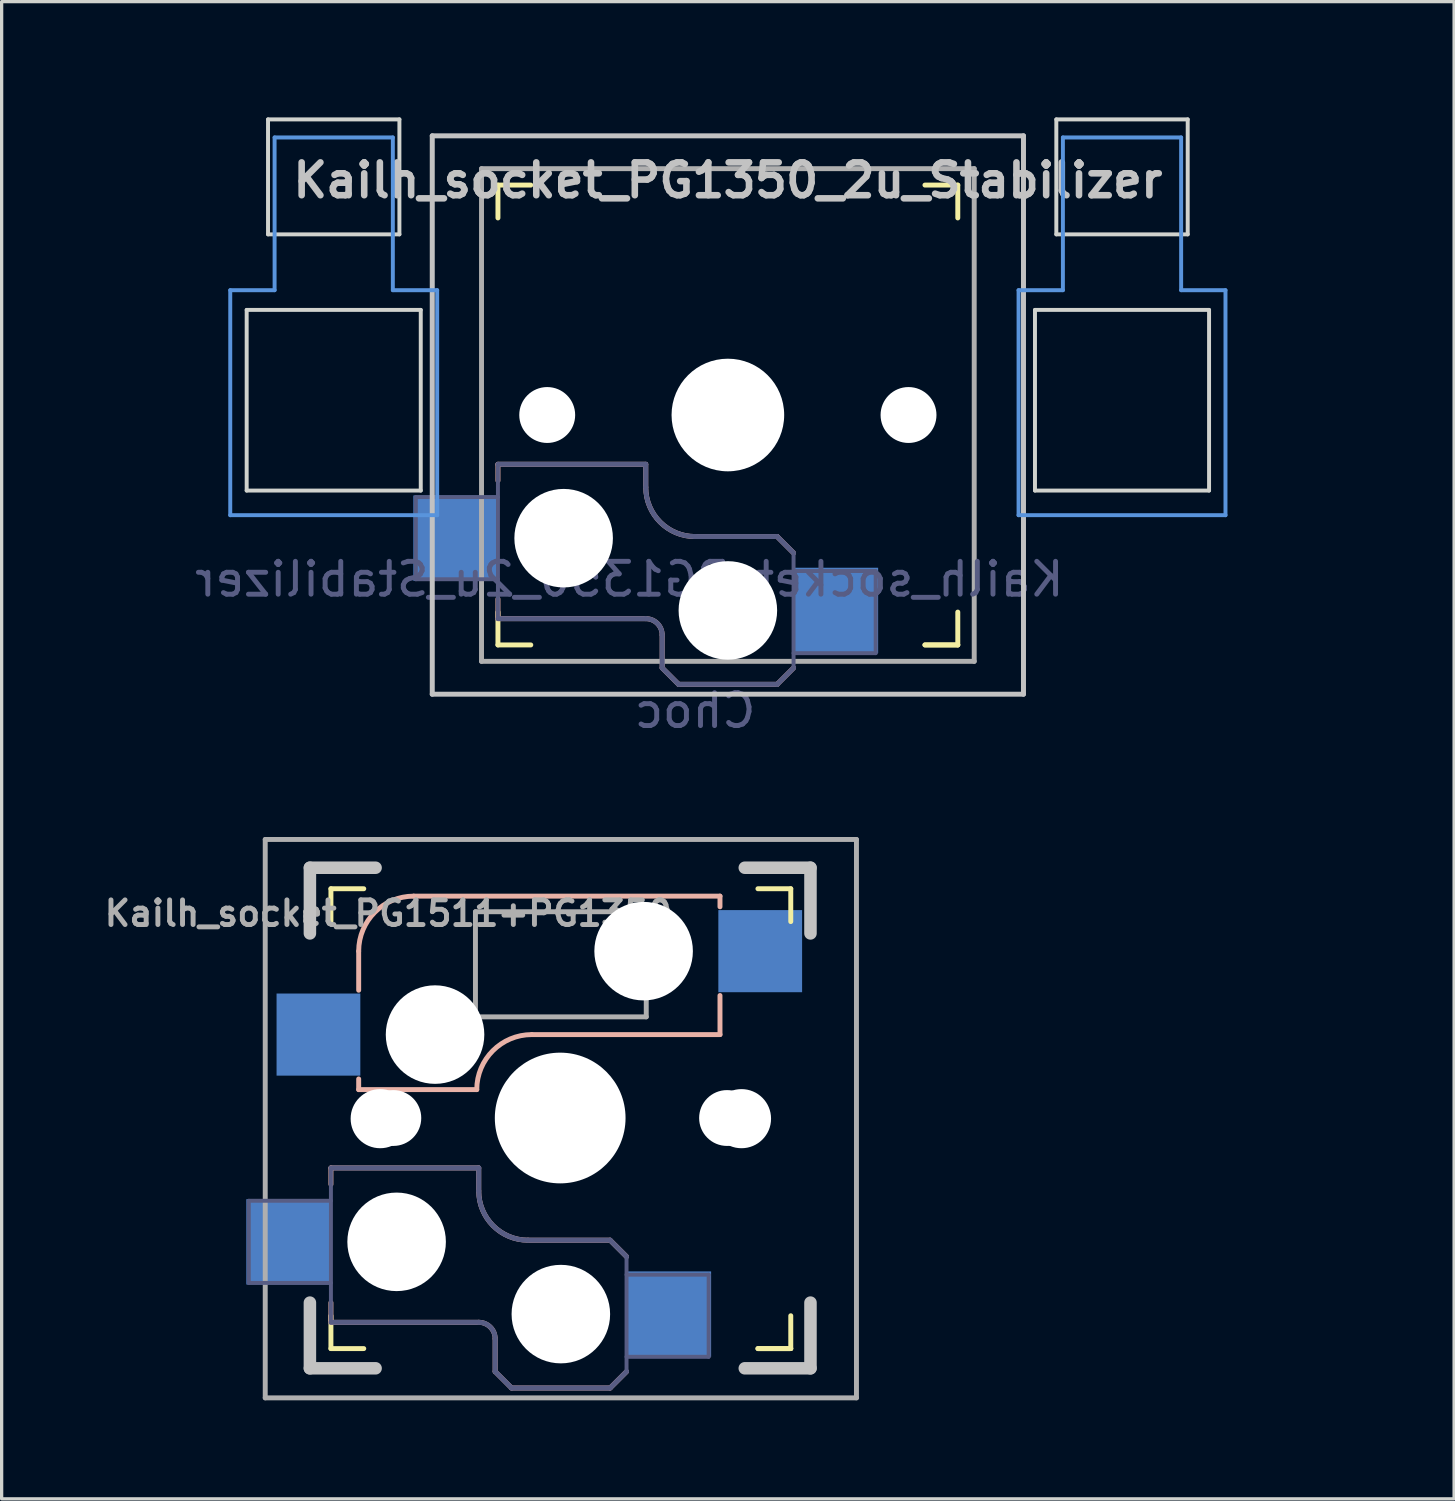
<source format=kicad_pcb>
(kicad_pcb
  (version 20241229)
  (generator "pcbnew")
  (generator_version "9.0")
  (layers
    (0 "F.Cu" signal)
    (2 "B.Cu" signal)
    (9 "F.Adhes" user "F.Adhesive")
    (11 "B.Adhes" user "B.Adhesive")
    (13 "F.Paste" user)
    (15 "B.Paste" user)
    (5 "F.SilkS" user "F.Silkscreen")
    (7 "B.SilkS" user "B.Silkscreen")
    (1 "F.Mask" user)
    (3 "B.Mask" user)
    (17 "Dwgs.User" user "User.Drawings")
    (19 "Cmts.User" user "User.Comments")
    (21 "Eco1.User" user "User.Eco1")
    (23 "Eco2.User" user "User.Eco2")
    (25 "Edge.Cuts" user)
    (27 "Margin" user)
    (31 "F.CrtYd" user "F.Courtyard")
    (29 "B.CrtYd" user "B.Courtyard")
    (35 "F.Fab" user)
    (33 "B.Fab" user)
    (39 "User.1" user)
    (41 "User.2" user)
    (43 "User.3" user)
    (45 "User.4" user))
  (footprint "Kailh_socket_PG1511+PG1350"
    (layer "F.Cu")
    (at 14.025 31.008)
    (property "Reference" "Kailh_socket_PG1511+PG1350" (at -5.25 -6.25 180) (layer "F.Fab") (effects (font (size 0.75 0.75) (thickness 0.15))))
    (attr smd)
    (fp_line (start -7 -6) (end -7 -7) (stroke (width 0.15) (type solid)) (layer "F.SilkS"))
    (fp_line (start -7 7) (end -7 6) (stroke (width 0.15) (type solid)) (layer "F.SilkS"))
    (fp_line (start -7 7) (end -6 7) (stroke (width 0.15) (type solid)) (layer "F.SilkS"))
    (fp_line (start -6 -7) (end -7 -7) (stroke (width 0.15) (type solid)) (layer "F.SilkS"))
    (fp_line (start 6 7) (end 7 7) (stroke (width 0.15) (type solid)) (layer "F.SilkS"))
    (fp_line (start 7 -7) (end 6 -7) (stroke (width 0.15) (type solid)) (layer "F.SilkS"))
    (fp_line (start 7 -7) (end 7 -6) (stroke (width 0.15) (type solid)) (layer "F.SilkS"))
    (fp_line (start 7 6) (end 7 7) (stroke (width 0.15) (type solid)) (layer "F.SilkS"))
    (fp_line (start 7 7) (end 6 7) (stroke (width 0.15) (type solid)) (layer "F.SilkS"))
    (fp_line (start -7 1.5) (end -7 2) (stroke (width 0.15) (type solid)) (layer "B.SilkS"))
    (fp_line (start -7 1.5) (end -2.5 1.5) (stroke (width 0.15) (type solid)) (layer "B.SilkS"))
    (fp_line (start -7 5.6) (end -7 6.2) (stroke (width 0.15) (type solid)) (layer "B.SilkS"))
    (fp_line (start -7 6.2) (end -2.5 6.2) (stroke (width 0.15) (type solid)) (layer "B.SilkS"))
    (fp_line (start -6.155 -5.1) (end -6.155 -3.91) (stroke (width 0.15) (type solid)) (layer "B.SilkS"))
    (fp_line (start -6.155 -1.21) (end -6.155 -0.885) (stroke (width 0.15) (type solid)) (layer "B.SilkS"))
    (fp_line (start -6.155 -0.885) (end -2.56 -0.885) (stroke (width 0.15) (type solid)) (layer "B.SilkS"))
    (fp_line (start -4.48 -6.775) (end 4.845 -6.775) (stroke (width 0.15) (type solid)) (layer "B.SilkS"))
    (fp_line (start -2.5 2.2) (end -2.5 1.5) (stroke (width 0.15) (type solid)) (layer "B.SilkS"))
    (fp_line (start -2 6.7) (end -2 7.7) (stroke (width 0.15) (type solid)) (layer "B.SilkS"))
    (fp_line (start -1.5 8.2) (end -2 7.7) (stroke (width 0.15) (type solid)) (layer "B.SilkS"))
    (fp_line (start -0.885 -2.56) (end 4.845 -2.56) (stroke (width 0.15) (type solid)) (layer "B.SilkS"))
    (fp_line (start 1.5 3.7) (end -1 3.7) (stroke (width 0.15) (type solid)) (layer "B.SilkS"))
    (fp_line (start 1.5 8.2) (end -1.5 8.2) (stroke (width 0.15) (type solid)) (layer "B.SilkS"))
    (fp_line (start 2 4.2) (end 1.5 3.7) (stroke (width 0.15) (type solid)) (layer "B.SilkS"))
    (fp_line (start 2 7.7) (end 1.5 8.2) (stroke (width 0.15) (type solid)) (layer "B.SilkS"))
    (fp_line (start 4.845 -6.775) (end 4.845 -6.45) (stroke (width 0.15) (type solid)) (layer "B.SilkS"))
    (fp_line (start 4.845 -3.75) (end 4.845 -2.56) (stroke (width 0.15) (type solid)) (layer "B.SilkS"))
    (fp_arc (start -6.155 -5.1) (mid -5.664404 -6.284404) (end -4.48 -6.775) (stroke (width 0.15) (type solid)) (layer "B.SilkS"))
    (fp_arc (start -2.56 -0.885) (mid -2.069404 -2.069404) (end -0.885 -2.56) (stroke (width 0.15) (type solid)) (layer "B.SilkS"))
    (fp_arc (start -2.5 6.2) (mid -2.146447 6.346447) (end -2 6.7) (stroke (width 0.15) (type solid)) (layer "B.SilkS"))
    (fp_arc (start -1 3.7) (mid -2.06066 3.26066) (end -2.5 2.2) (stroke (width 0.15) (type solid)) (layer "B.SilkS"))
    (fp_line (start -7.64 -7.64) (end -7.64 -5.64) (stroke (width 0.381) (type solid)) (layer "Dwgs.User"))
    (fp_line (start -7.64 5.6) (end -7.64 7.6) (stroke (width 0.381) (type solid)) (layer "Dwgs.User"))
    (fp_line (start -7.64 7.6) (end -5.64 7.6) (stroke (width 0.381) (type solid)) (layer "Dwgs.User"))
    (fp_line (start -5.64 -7.64) (end -7.64 -7.64) (stroke (width 0.381) (type solid)) (layer "Dwgs.User"))
    (fp_line (start 5.6 7.6) (end 7.6 7.6) (stroke (width 0.381) (type solid)) (layer "Dwgs.User"))
    (fp_line (start 7.6 -7.64) (end 5.6 -7.64) (stroke (width 0.381) (type solid)) (layer "Dwgs.User"))
    (fp_line (start 7.6 -5.64) (end 7.6 -7.64) (stroke (width 0.381) (type solid)) (layer "Dwgs.User"))
    (fp_line (start 7.6 5.6) (end 7.6 7.6) (stroke (width 0.381) (type solid)) (layer "Dwgs.User"))
    (fp_rect (start -7 -7) (end 7 7) (stroke (width 0.15) (type solid)) (fill no) (layer "Eco2.User"))
    (fp_line (start -9.5 2.5) (end -7 2.5) (stroke (width 0.12) (type solid)) (layer "B.Fab"))
    (fp_line (start -9.5 5) (end -9.5 2.5) (stroke (width 0.12) (type solid)) (layer "B.Fab"))
    (fp_line (start -7 1.5) (end -7 6.2) (stroke (width 0.12) (type solid)) (layer "B.Fab"))
    (fp_line (start -7 5) (end -9.5 5) (stroke (width 0.12) (type solid)) (layer "B.Fab"))
    (fp_line (start -7 6.2) (end -2.5 6.2) (stroke (width 0.15) (type solid)) (layer "B.Fab"))
    (fp_line (start -2.5 1.5) (end -7 1.5) (stroke (width 0.15) (type solid)) (layer "B.Fab"))
    (fp_line (start -2.5 2.2) (end -2.5 1.5) (stroke (width 0.15) (type solid)) (layer "B.Fab"))
    (fp_line (start -2 6.7) (end -2 7.7) (stroke (width 0.15) (type solid)) (layer "B.Fab"))
    (fp_line (start -1.5 8.2) (end -2 7.7) (stroke (width 0.15) (type solid)) (layer "B.Fab"))
    (fp_line (start 1.5 3.7) (end -1 3.7) (stroke (width 0.15) (type solid)) (layer "B.Fab"))
    (fp_line (start 1.5 8.2) (end -1.5 8.2) (stroke (width 0.15) (type solid)) (layer "B.Fab"))
    (fp_line (start 2 4.2) (end 1.5 3.7) (stroke (width 0.15) (type solid)) (layer "B.Fab"))
    (fp_line (start 2 4.25) (end 2 7.7) (stroke (width 0.12) (type solid)) (layer "B.Fab"))
    (fp_line (start 2 4.75) (end 4.5 4.75) (stroke (width 0.12) (type solid)) (layer "B.Fab"))
    (fp_line (start 2 7.7) (end 1.5 8.2) (stroke (width 0.15) (type solid)) (layer "B.Fab"))
    (fp_line (start 4.5 4.75) (end 4.5 7.25) (stroke (width 0.12) (type solid)) (layer "B.Fab"))
    (fp_line (start 4.5 7.25) (end 2 7.25) (stroke (width 0.12) (type solid)) (layer "B.Fab"))
    (fp_arc (start -2.5 6.2) (mid -2.146447 6.346447) (end -2 6.7) (stroke (width 0.15) (type solid)) (layer "B.Fab"))
    (fp_arc (start -1 3.7) (mid -2.06066 3.26066) (end -2.5 2.2) (stroke (width 0.15) (type solid)) (layer "B.Fab"))
    (fp_line (start -9 -8.5) (end 9 -8.5) (stroke (width 0.15) (type solid)) (layer "F.Fab"))
    (fp_line (start -9 8.5) (end -9 -8.5) (stroke (width 0.15) (type solid)) (layer "F.Fab"))
    (fp_line (start -2.6 -3.1) (end -2.6 -6.3) (stroke (width 0.15) (type solid)) (layer "F.Fab"))
    (fp_line (start -2.6 -3.1) (end 2.6 -3.1) (stroke (width 0.15) (type solid)) (layer "F.Fab"))
    (fp_line (start 2.6 -6.3) (end -2.6 -6.3) (stroke (width 0.15) (type solid)) (layer "F.Fab"))
    (fp_line (start 2.6 -3.1) (end 2.6 -6.3) (stroke (width 0.15) (type solid)) (layer "F.Fab"))
    (fp_line (start 9 -8.5) (end 9 8.5) (stroke (width 0.15) (type solid)) (layer "F.Fab"))
    (fp_line (start 9 8.5) (end -9 8.5) (stroke (width 0.15) (type solid)) (layer "F.Fab"))
    (pad "" np_thru_hole circle (at -5.5 0) (size 1.8 1.8) (drill 1.8) (layers "*.Cu" "*.Mask"))
    (pad "" np_thru_hole circle (at -5.1 -0.02) (size 1.7 1.7) (drill 1.7) (layers "*.Cu" "*.Mask"))
    (pad "" np_thru_hole circle (at -5 3.75 180) (size 3 3) (drill 3) (layers "*.Cu" "*.Mask"))
    (pad "" np_thru_hole circle (at -3.83 -2.56) (size 3 3) (drill 3) (layers "*.Cu" "*.Mask"))
    (pad "" np_thru_hole circle (at -0.02 -0.02) (size 3.98 3.98) (drill 3.98) (layers "*.Cu" "*.Mask"))
    (pad "" np_thru_hole circle (at 0 5.95 180) (size 3 3) (drill 3) (layers "*.Cu" "*.Mask"))
    (pad "" np_thru_hole circle (at 2.52 -5.1) (size 3 3) (drill 3) (layers "*.Cu" "*.Mask"))
    (pad "" np_thru_hole circle (at 5.06 -0.02) (size 1.7 1.7) (drill 1.7) (layers "*.Cu" "*.Mask"))
    (pad "" np_thru_hole circle (at 5.5 0) (size 1.8 1.8) (drill 1.8) (layers "*.Cu" "*.Mask"))
    (pad "1" smd rect (at 3.275 5.95) (size 2.6 2.6) (layers "B.Cu" "B.Mask" "B.Paste"))
    (pad "1" smd rect (at 6.07 -5.1) (size 2.55 2.5) (layers "B.Cu" "B.Mask" "B.Paste"))
    (pad "2" smd rect (at -8.275 3.75) (size 2.6 2.6) (layers "B.Cu" "B.Mask" "B.Paste"))
    (pad "2" smd rect (at -7.38 -2.56) (size 2.55 2.5) (layers "B.Cu" "B.Mask" "B.Paste")))
  (footprint "Kailh_socket_PG1350_2u_Stabilizer"
    (layer "F.Cu")
    (at 19.11 9.585)
    (property "Reference" "Kailh_socket_PG1350_2u_Stabilizer" (at 0 -7.144 180) (layer "Dwgs.User") (effects (font (size 1 1) (thickness 0.2))))
    (property "Value" "Choc" (at 0 -5.08 180) (layer "F.SilkS") (hide yes) (effects (font (size 1 1) (thickness 0.2))))
    (attr through_hole)
    (fp_line (start -7 -6) (end -7 -7) (stroke (width 0.15) (type solid)) (layer "F.SilkS"))
    (fp_line (start -7 7) (end -7 6) (stroke (width 0.15) (type solid)) (layer "F.SilkS"))
    (fp_line (start -7 7) (end -6 7) (stroke (width 0.15) (type solid)) (layer "F.SilkS"))
    (fp_line (start -6 -7) (end -7 -7) (stroke (width 0.15) (type solid)) (layer "F.SilkS"))
    (fp_line (start 6 7) (end 7 7) (stroke (width 0.15) (type solid)) (layer "F.SilkS"))
    (fp_line (start 7 -7) (end 6 -7) (stroke (width 0.15) (type solid)) (layer "F.SilkS"))
    (fp_line (start 7 -7) (end 7 -6) (stroke (width 0.15) (type solid)) (layer "F.SilkS"))
    (fp_line (start 7 6) (end 7 7) (stroke (width 0.15) (type solid)) (layer "F.SilkS"))
    (fp_line (start 7 7) (end 6 7) (stroke (width 0.15) (type solid)) (layer "F.SilkS"))
    (fp_line (start -7 1.5) (end -7 2) (stroke (width 0.15) (type solid)) (layer "B.SilkS"))
    (fp_line (start -7 5.6) (end -7 6.2) (stroke (width 0.15) (type solid)) (layer "B.SilkS"))
    (fp_line (start -7 6.2) (end -2.5 6.2) (stroke (width 0.15) (type solid)) (layer "B.SilkS"))
    (fp_line (start -2.5 1.5) (end -7 1.5) (stroke (width 0.15) (type solid)) (layer "B.SilkS"))
    (fp_line (start -2.5 2.2) (end -2.5 1.5) (stroke (width 0.15) (type solid)) (layer "B.SilkS"))
    (fp_line (start -2 6.7) (end -2 7.7) (stroke (width 0.15) (type solid)) (layer "B.SilkS"))
    (fp_line (start -1.5 8.2) (end -2 7.7) (stroke (width 0.15) (type solid)) (layer "B.SilkS"))
    (fp_line (start 1.5 3.7) (end -1 3.7) (stroke (width 0.15) (type solid)) (layer "B.SilkS"))
    (fp_line (start 1.5 8.2) (end -1.5 8.2) (stroke (width 0.15) (type solid)) (layer "B.SilkS"))
    (fp_line (start 2 4.2) (end 1.5 3.7) (stroke (width 0.15) (type solid)) (layer "B.SilkS"))
    (fp_line (start 2 7.7) (end 1.5 8.2) (stroke (width 0.15) (type solid)) (layer "B.SilkS"))
    (fp_arc (start -2.5 6.2) (mid -2.146447 6.346447) (end -2 6.7) (stroke (width 0.15) (type solid)) (layer "B.SilkS"))
    (fp_arc (start -1 3.7) (mid -2.06066 3.26066) (end -2.5 2.2) (stroke (width 0.15) (type solid)) (layer "B.SilkS"))
    (fp_line (start -9 -8.5) (end 9 -8.5) (stroke (width 0.152) (type solid)) (layer "Dwgs.User"))
    (fp_line (start -9 8.5) (end -9 -8.5) (stroke (width 0.152) (type solid)) (layer "Dwgs.User"))
    (fp_line (start 9 -8.5) (end 9 8.5) (stroke (width 0.152) (type solid)) (layer "Dwgs.User"))
    (fp_line (start 9 8.5) (end -9 8.5) (stroke (width 0.152) (type solid)) (layer "Dwgs.User"))
    (fp_line (start -15.15 -3.8) (end -13.8 -3.8) (stroke (width 0.12) (type solid)) (layer "Cmts.User"))
    (fp_line (start -15.15 3.05) (end -15.15 -3.8) (stroke (width 0.12) (type solid)) (layer "Cmts.User"))
    (fp_line (start -15.15 3.05) (end -8.85 3.05) (stroke (width 0.12) (type solid)) (layer "Cmts.User"))
    (fp_line (start -13.8 -8.45) (end -13.8 -3.8) (stroke (width 0.12) (type solid)) (layer "Cmts.User"))
    (fp_line (start -13.8 -8.45) (end -10.2 -8.45) (stroke (width 0.12) (type solid)) (layer "Cmts.User"))
    (fp_line (start -10.2 -8.45) (end -10.2 -3.8) (stroke (width 0.12) (type solid)) (layer "Cmts.User"))
    (fp_line (start -10.2 -3.8) (end -8.85 -3.8) (stroke (width 0.12) (type solid)) (layer "Cmts.User"))
    (fp_line (start -8.85 3.05) (end -8.85 -3.8) (stroke (width 0.12) (type solid)) (layer "Cmts.User"))
    (fp_line (start 8.85 -3.8) (end 10.2 -3.8) (stroke (width 0.12) (type solid)) (layer "Cmts.User"))
    (fp_line (start 8.85 3.05) (end 8.85 -3.8) (stroke (width 0.12) (type solid)) (layer "Cmts.User"))
    (fp_line (start 8.85 3.05) (end 15.15 3.05) (stroke (width 0.12) (type solid)) (layer "Cmts.User"))
    (fp_line (start 10.2 -8.45) (end 10.2 -3.8) (stroke (width 0.12) (type solid)) (layer "Cmts.User"))
    (fp_line (start 10.2 -8.45) (end 13.8 -8.45) (stroke (width 0.12) (type solid)) (layer "Cmts.User"))
    (fp_line (start 13.8 -8.45) (end 13.8 -3.8) (stroke (width 0.12) (type solid)) (layer "Cmts.User"))
    (fp_line (start 13.8 -3.8) (end 15.15 -3.8) (stroke (width 0.12) (type solid)) (layer "Cmts.User"))
    (fp_line (start 15.15 3.05) (end 15.15 -3.8) (stroke (width 0.12) (type solid)) (layer "Cmts.User"))
    (fp_line (start -19.05 -9.525) (end -19.05 9.525) (stroke (width 0.12) (type solid)) (layer "Eco1.User"))
    (fp_line (start -19.05 -9.525) (end 19.05 -9.525) (stroke (width 0.12) (type solid)) (layer "Eco1.User"))
    (fp_line (start -19.05 9.525) (end 19.05 9.525) (stroke (width 0.12) (type solid)) (layer "Eco1.User"))
    (fp_line (start 19.05 -9.525) (end 19.05 9.525) (stroke (width 0.12) (type solid)) (layer "Eco1.User"))
    (fp_line (start -6.9 6.9) (end -6.9 -6.9) (stroke (width 0.15) (type solid)) (layer "Eco2.User"))
    (fp_line (start -6.9 6.9) (end 6.9 6.9) (stroke (width 0.15) (type solid)) (layer "Eco2.User"))
    (fp_line (start -2.6 -3.1) (end -2.6 -6.3) (stroke (width 0.15) (type solid)) (layer "Eco2.User"))
    (fp_line (start -2.6 -3.1) (end 2.6 -3.1) (stroke (width 0.15) (type solid)) (layer "Eco2.User"))
    (fp_line (start 2.6 -6.3) (end -2.6 -6.3) (stroke (width 0.15) (type solid)) (layer "Eco2.User"))
    (fp_line (start 2.6 -3.1) (end 2.6 -6.3) (stroke (width 0.15) (type solid)) (layer "Eco2.User"))
    (fp_line (start 6.9 -6.9) (end -6.9 -6.9) (stroke (width 0.15) (type solid)) (layer "Eco2.User"))
    (fp_line (start 6.9 -6.9) (end 6.9 6.9) (stroke (width 0.15) (type solid)) (layer "Eco2.User"))
    (fp_line (start -14.65 -3.2) (end -14.65 2.3) (stroke (width 0.12) (type solid)) (layer "Edge.Cuts"))
    (fp_line (start -14.65 -3.2) (end -9.35 -3.2) (stroke (width 0.12) (type solid)) (layer "Edge.Cuts"))
    (fp_line (start -14.65 2.3) (end -9.35 2.3) (stroke (width 0.12) (type solid)) (layer "Edge.Cuts"))
    (fp_line (start -14 -9) (end -14 -5.5) (stroke (width 0.12) (type solid)) (layer "Edge.Cuts"))
    (fp_line (start -14 -9) (end -10 -9) (stroke (width 0.12) (type solid)) (layer "Edge.Cuts"))
    (fp_line (start -14 -5.5) (end -10 -5.5) (stroke (width 0.12) (type solid)) (layer "Edge.Cuts"))
    (fp_line (start -10 -5.5) (end -10 -9) (stroke (width 0.12) (type solid)) (layer "Edge.Cuts"))
    (fp_line (start -9.35 2.3) (end -9.35 -3.2) (stroke (width 0.12) (type solid)) (layer "Edge.Cuts"))
    (fp_line (start 9.35 -3.2) (end 9.35 2.3) (stroke (width 0.12) (type solid)) (layer "Edge.Cuts"))
    (fp_line (start 9.35 -3.2) (end 14.65 -3.2) (stroke (width 0.12) (type solid)) (layer "Edge.Cuts"))
    (fp_line (start 9.35 2.3) (end 14.65 2.3) (stroke (width 0.12) (type solid)) (layer "Edge.Cuts"))
    (fp_line (start 10 -9) (end 10 -5.5) (stroke (width 0.12) (type solid)) (layer "Edge.Cuts"))
    (fp_line (start 10 -9) (end 14 -9) (stroke (width 0.12) (type solid)) (layer "Edge.Cuts"))
    (fp_line (start 10 -5.5) (end 14 -5.5) (stroke (width 0.12) (type solid)) (layer "Edge.Cuts"))
    (fp_line (start 14 -5.5) (end 14 -9) (stroke (width 0.12) (type solid)) (layer "Edge.Cuts"))
    (fp_line (start 14.65 2.3) (end 14.65 -3.2) (stroke (width 0.12) (type solid)) (layer "Edge.Cuts"))
    (fp_line (start -9.5 2.5) (end -7 2.5) (stroke (width 0.12) (type solid)) (layer "B.Fab"))
    (fp_line (start -9.5 5) (end -9.5 2.5) (stroke (width 0.12) (type solid)) (layer "B.Fab"))
    (fp_line (start -7 1.5) (end -7 6.2) (stroke (width 0.12) (type solid)) (layer "B.Fab"))
    (fp_line (start -7 5) (end -9.5 5) (stroke (width 0.12) (type solid)) (layer "B.Fab"))
    (fp_line (start -7 6.2) (end -2.5 6.2) (stroke (width 0.15) (type solid)) (layer "B.Fab"))
    (fp_line (start -2.5 1.5) (end -7 1.5) (stroke (width 0.15) (type solid)) (layer "B.Fab"))
    (fp_line (start -2.5 2.2) (end -2.5 1.5) (stroke (width 0.15) (type solid)) (layer "B.Fab"))
    (fp_line (start -2 6.7) (end -2 7.7) (stroke (width 0.15) (type solid)) (layer "B.Fab"))
    (fp_line (start -1.5 8.2) (end -2 7.7) (stroke (width 0.15) (type solid)) (layer "B.Fab"))
    (fp_line (start 1.5 3.7) (end -1 3.7) (stroke (width 0.15) (type solid)) (layer "B.Fab"))
    (fp_line (start 1.5 8.2) (end -1.5 8.2) (stroke (width 0.15) (type solid)) (layer "B.Fab"))
    (fp_line (start 2 4.2) (end 1.5 3.7) (stroke (width 0.15) (type solid)) (layer "B.Fab"))
    (fp_line (start 2 4.25) (end 2 7.7) (stroke (width 0.12) (type solid)) (layer "B.Fab"))
    (fp_line (start 2 4.75) (end 4.5 4.75) (stroke (width 0.12) (type solid)) (layer "B.Fab"))
    (fp_line (start 2 7.7) (end 1.5 8.2) (stroke (width 0.15) (type solid)) (layer "B.Fab"))
    (fp_line (start 4.5 4.75) (end 4.5 7.25) (stroke (width 0.12) (type solid)) (layer "B.Fab"))
    (fp_line (start 4.5 7.25) (end 2 7.25) (stroke (width 0.12) (type solid)) (layer "B.Fab"))
    (fp_arc (start -2.5 6.2) (mid -2.146447 6.346447) (end -2 6.7) (stroke (width 0.15) (type solid)) (layer "B.Fab"))
    (fp_arc (start -1 3.7) (mid -2.06066 3.26066) (end -2.5 2.2) (stroke (width 0.15) (type solid)) (layer "B.Fab"))
    (fp_line (start -7.5 -7.5) (end 7.5 -7.5) (stroke (width 0.15) (type solid)) (layer "F.Fab"))
    (fp_line (start -7.5 7.5) (end -7.5 -7.5) (stroke (width 0.15) (type solid)) (layer "F.Fab"))
    (fp_line (start 7.5 -7.5) (end 7.5 7.5) (stroke (width 0.15) (type solid)) (layer "F.Fab"))
    (fp_line (start 7.5 7.5) (end -7.5 7.5) (stroke (width 0.15) (type solid)) (layer "F.Fab"))
    (fp_text user "${REFERENCE}" (at -3 5 0) (layer "B.Fab") (effects (font (size 1 1) (thickness 0.15)) (justify mirror)))
    (fp_text user "${VALUE}" (at -1 9 0) (layer "B.Fab") (effects (font (size 1 1) (thickness 0.15)) (justify mirror)))
    (pad "" np_thru_hole circle (at -5.5 0) (size 1.702 1.702) (drill 1.702) (layers "*.Cu" "*.Mask"))
    (pad "" np_thru_hole circle (at -5 3.75) (size 3 3) (drill 3) (layers "*.Cu" "*.Mask"))
    (pad "" np_thru_hole circle (at 0 0) (size 3.429 3.429) (drill 3.429) (layers "*.Cu" "*.Mask"))
    (pad "" np_thru_hole circle (at 0 5.95) (size 3 3) (drill 3) (layers "*.Cu" "*.Mask"))
    (pad "" np_thru_hole circle (at 5.5 0) (size 1.702 1.702) (drill 1.702) (layers "*.Cu" "*.Mask"))
    (pad "1" smd rect (at 3.275 5.95) (size 2.6 2.6) (layers "B.Cu" "B.Mask" "B.Paste"))
    (pad "2" smd rect (at -8.275 3.75) (size 2.6 2.6) (layers "B.Cu" "B.Mask" "B.Paste")))
  (gr_rect
    (start -3 -3)
    (end 41.22 42.583)
    (stroke (width 0.1) (type default))
    (fill no)
    (layer "Edge.Cuts")))
</source>
